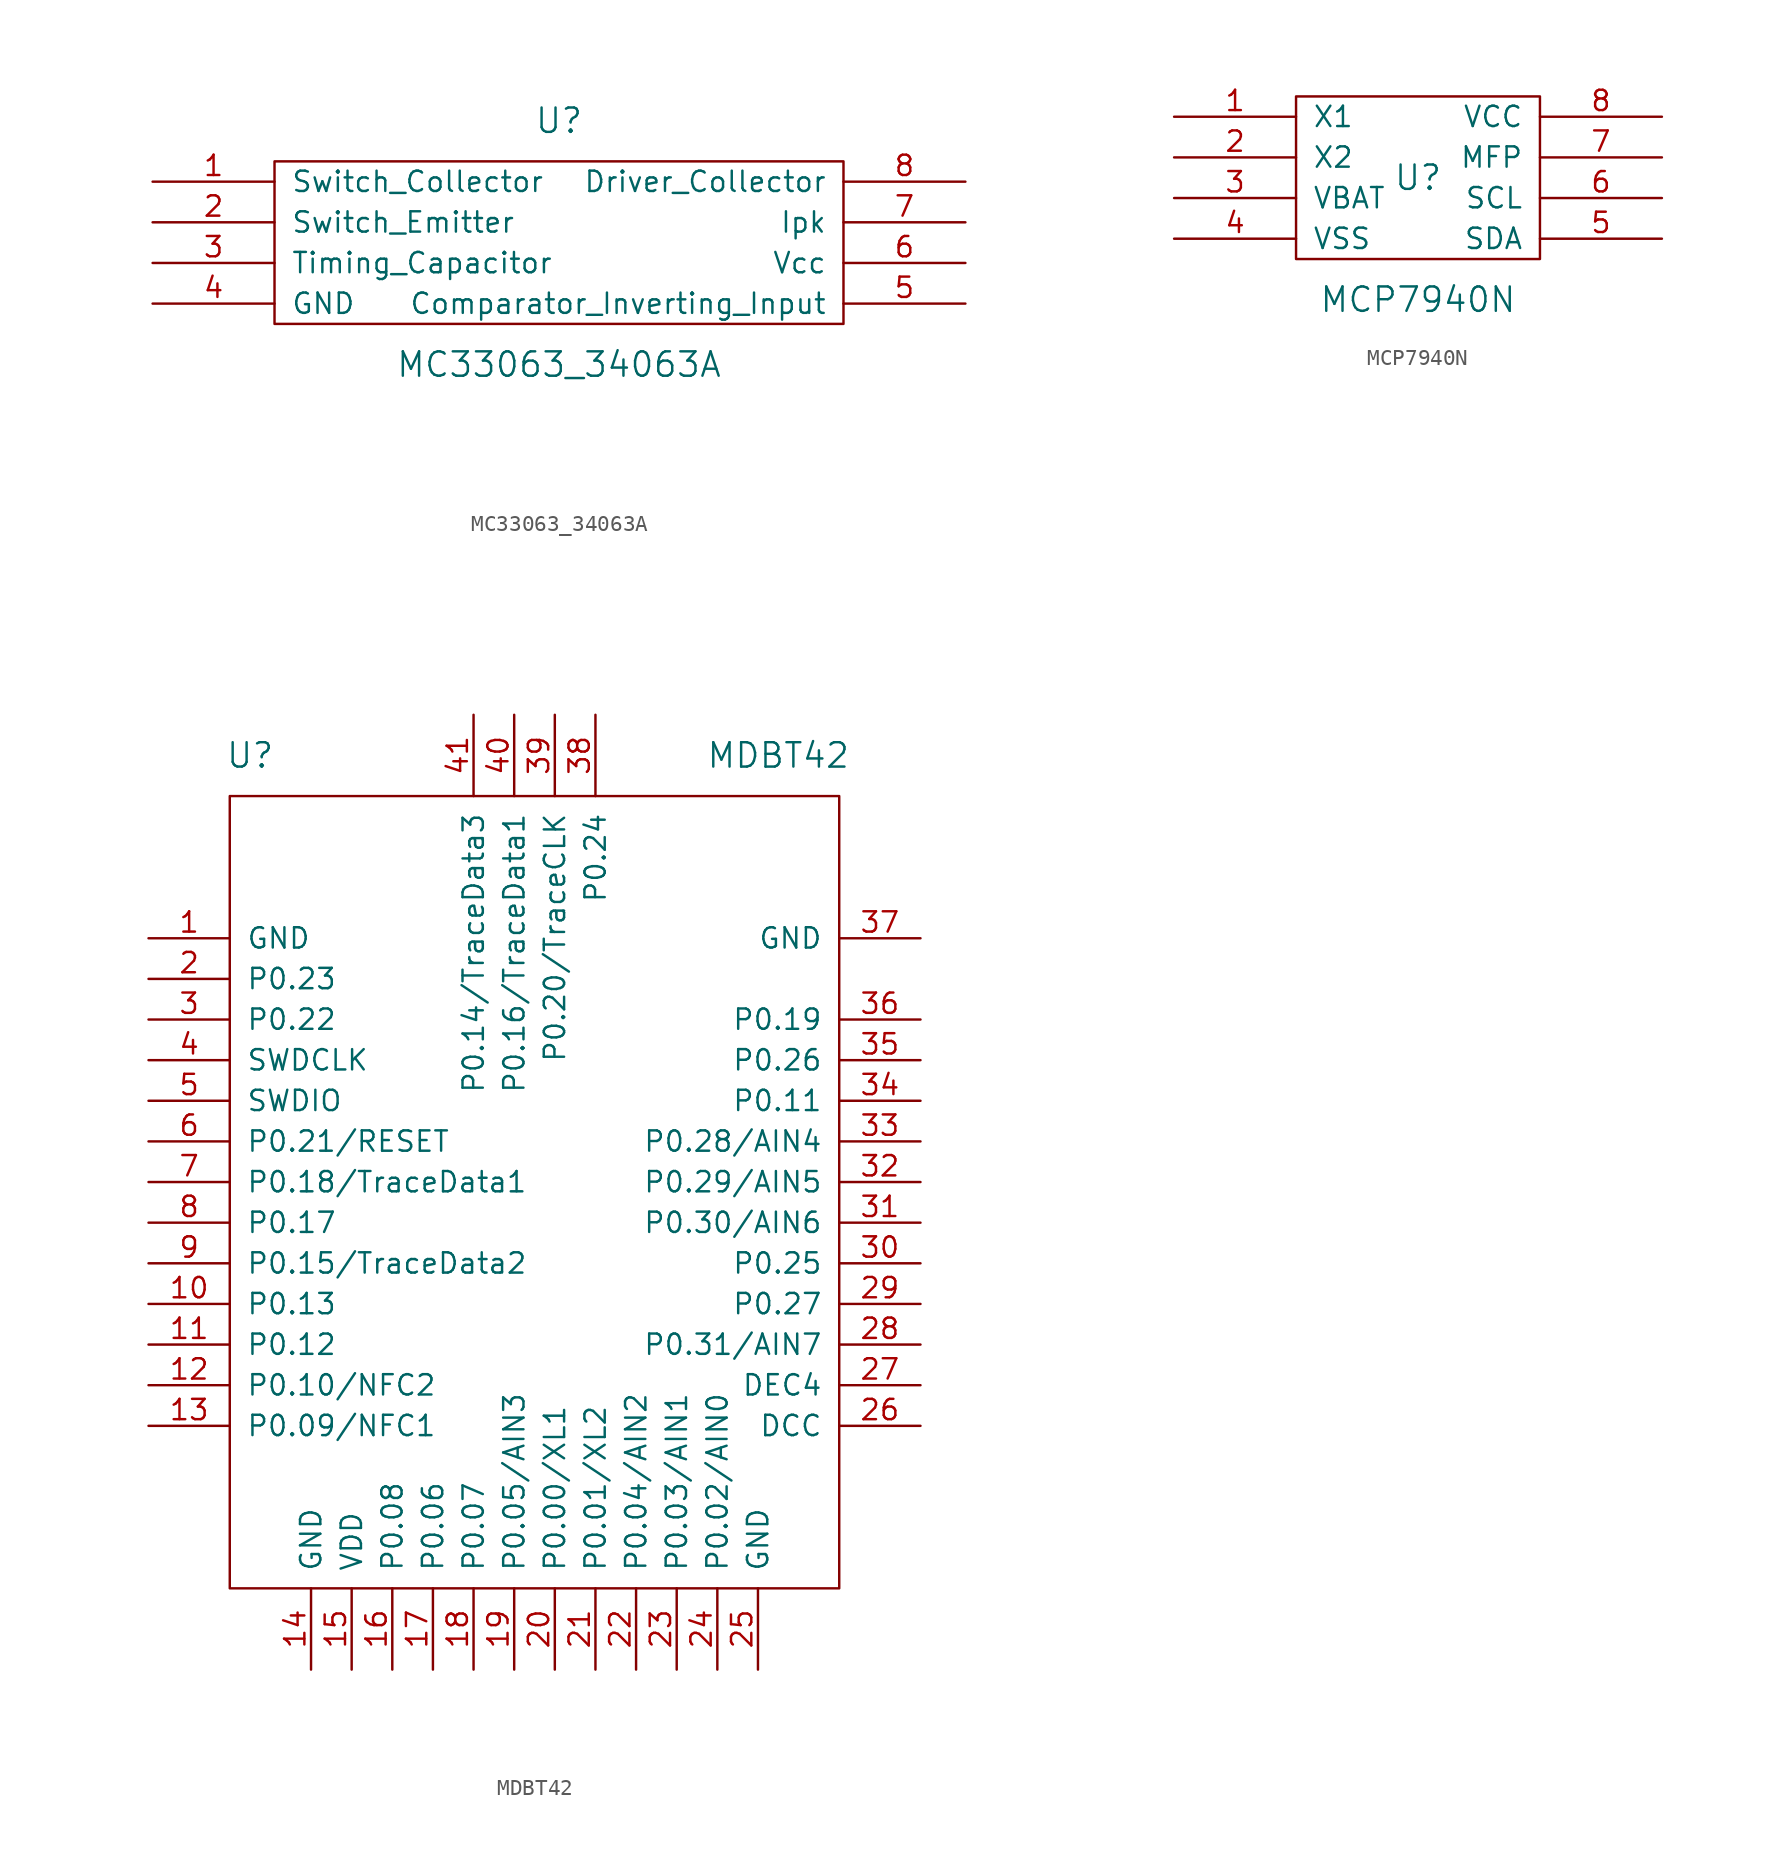
<source format=kicad_sym>
(kicad_symbol_lib
  (version 20220914)
  (generator kicad_symbol_editor)
  (symbol "MC33063_34063A"
    (pin_names
      (offset 1.016))
    (property "Reference" "U"
      (at -7.62 21.59 0)
      (effects (font (size 1.524 1.524))))
    (property "Value" "MC33063_34063A"
      (at -7.62 6.35 0)
      (effects (font (size 1.524 1.524))))
    (property "Footprint" ""
      (at 0 0 0)
      (effects (font (size 1.524 1.524))))
    (property "Datasheet" ""
      (at 0 0 0)
      (effects (font (size 1.524 1.524))))
    (symbol "MC33063_34063A_0_1"
      (rectangle (start -25.4 19.05) (end 10.16 8.89) (stroke (width 0) (type solid)) (fill (type none))))
    (symbol "MC33063_34063A_1_1"
      (pin input line (at -33.02 17.78 0) (length 7.62) (name "Switch_Collector" (effects (font (size 1.27 1.27)))) (number "1" (effects (font (size 1.27 1.27)))))
      (pin input line (at -33.02 15.24 0) (length 7.62) (name "Switch_Emitter" (effects (font (size 1.27 1.27)))) (number "2" (effects (font (size 1.27 1.27)))))
      (pin input line (at -33.02 12.7 0) (length 7.62) (name "Timing_Capacitor" (effects (font (size 1.27 1.27)))) (number "3" (effects (font (size 1.27 1.27)))))
      (pin power_in line (at -33.02 10.16 0) (length 7.62) (name "GND" (effects (font (size 1.27 1.27)))) (number "4" (effects (font (size 1.27 1.27)))))
      (pin power_in line (at 17.78 10.16 180) (length 7.62) (name "Comparator_Inverting_Input" (effects (font (size 1.27 1.27)))) (number "5" (effects (font (size 1.27 1.27)))))
      (pin power_in line (at 17.78 12.7 180) (length 7.62) (name "Vcc" (effects (font (size 1.27 1.27)))) (number "6" (effects (font (size 1.27 1.27)))))
      (pin input line (at 17.78 15.24 180) (length 7.62) (name "Ipk" (effects (font (size 1.27 1.27)))) (number "7" (effects (font (size 1.27 1.27)))))
      (pin input line (at 17.78 17.78 180) (length 7.62) (name "Driver_Collector" (effects (font (size 1.27 1.27)))) (number "8" (effects (font (size 1.27 1.27)))))))
  (symbol "MCP7940N"
    (pin_names
      (offset 1.016))
    (property "Reference" "U"
      (at 0 0 0)
      (effects (font (size 1.524 1.524))))
    (property "Value" "MCP7940N"
      (at 0 -7.62 0)
      (effects (font (size 1.524 1.524))))
    (property "Footprint" ""
      (at 0 0 0)
      (effects (font (size 1.524 1.524))))
    (property "Datasheet" ""
      (at 0 0 0)
      (effects (font (size 1.524 1.524))))
    (symbol "MCP7940N_0_1"
      (rectangle (start -7.62 5.08) (end 7.62 -5.08) (stroke (width 0) (type solid)) (fill (type none))))
    (symbol "MCP7940N_1_1"
      (pin input line (at -15.24 3.81 0) (length 7.62) (name "X1" (effects (font (size 1.27 1.27)))) (number "1" (effects (font (size 1.27 1.27)))))
      (pin input line (at -15.24 1.27 0) (length 7.62) (name "X2" (effects (font (size 1.27 1.27)))) (number "2" (effects (font (size 1.27 1.27)))))
      (pin input line (at -15.24 -1.27 0) (length 7.62) (name "VBAT" (effects (font (size 1.27 1.27)))) (number "3" (effects (font (size 1.27 1.27)))))
      (pin input line (at -15.24 -3.81 0) (length 7.62) (name "VSS" (effects (font (size 1.27 1.27)))) (number "4" (effects (font (size 1.27 1.27)))))
      (pin input line (at 15.24 -3.81 180) (length 7.62) (name "SDA" (effects (font (size 1.27 1.27)))) (number "5" (effects (font (size 1.27 1.27)))))
      (pin input line (at 15.24 -1.27 180) (length 7.62) (name "SCL" (effects (font (size 1.27 1.27)))) (number "6" (effects (font (size 1.27 1.27)))))
      (pin input line (at 15.24 1.27 180) (length 7.62) (name "MFP" (effects (font (size 1.27 1.27)))) (number "7" (effects (font (size 1.27 1.27)))))
      (pin input line (at 15.24 3.81 180) (length 7.62) (name "VCC" (effects (font (size 1.27 1.27)))) (number "8" (effects (font (size 1.27 1.27)))))))
  (symbol "MDBT42"
    (pin_names
      (offset 1.016))
    (property "Reference" "U"
      (at -17.78 29.21 0)
      (effects (font (size 1.524 1.524))))
    (property "Value" "MDBT42"
      (at 15.24 29.21 0)
      (effects (font (size 1.524 1.524))))
    (property "Footprint" ""
      (at -7.62 -7.62 0)
      (effects (font (size 1.524 1.524))))
    (property "Datasheet" ""
      (at -7.62 -7.62 0)
      (effects (font (size 1.524 1.524))))
    (symbol "MDBT42_0_1"
      (rectangle (start -19.05 -22.86) (end 19.05 26.67) (stroke (width 0) (type solid)) (fill (type none))))
    (symbol "MDBT42_1_1"
      (pin input line (at -24.13 17.78 0) (length 5.08) (name "GND" (effects (font (size 1.27 1.27)))) (number "1" (effects (font (size 1.27 1.27)))))
      (pin input line (at -24.13 -5.08 0) (length 5.08) (name "P0.13" (effects (font (size 1.27 1.27)))) (number "10" (effects (font (size 1.27 1.27)))))
      (pin input line (at -24.13 -7.62 0) (length 5.08) (name "P0.12" (effects (font (size 1.27 1.27)))) (number "11" (effects (font (size 1.27 1.27)))))
      (pin input line (at -24.13 -10.16 0) (length 5.08) (name "P0.10/NFC2" (effects (font (size 1.27 1.27)))) (number "12" (effects (font (size 1.27 1.27)))))
      (pin input line (at -24.13 -12.7 0) (length 5.08) (name "P0.09/NFC1" (effects (font (size 1.27 1.27)))) (number "13" (effects (font (size 1.27 1.27)))))
      (pin input line (at -13.97 -27.94 90) (length 5.08) (name "GND" (effects (font (size 1.27 1.27)))) (number "14" (effects (font (size 1.27 1.27)))))
      (pin input line (at -11.43 -27.94 90) (length 5.08) (name "VDD" (effects (font (size 1.27 1.27)))) (number "15" (effects (font (size 1.27 1.27)))))
      (pin input line (at -8.89 -27.94 90) (length 5.08) (name "P0.08" (effects (font (size 1.27 1.27)))) (number "16" (effects (font (size 1.27 1.27)))))
      (pin input line (at -6.35 -27.94 90) (length 5.08) (name "P0.06" (effects (font (size 1.27 1.27)))) (number "17" (effects (font (size 1.27 1.27)))))
      (pin input line (at -3.81 -27.94 90) (length 5.08) (name "P0.07" (effects (font (size 1.27 1.27)))) (number "18" (effects (font (size 1.27 1.27)))))
      (pin input line (at -1.27 -27.94 90) (length 5.08) (name "P0.05/AIN3" (effects (font (size 1.27 1.27)))) (number "19" (effects (font (size 1.27 1.27)))))
      (pin input line (at -24.13 15.24 0) (length 5.08) (name "P0.23" (effects (font (size 1.27 1.27)))) (number "2" (effects (font (size 1.27 1.27)))))
      (pin input line (at 1.27 -27.94 90) (length 5.08) (name "P0.00/XL1" (effects (font (size 1.27 1.27)))) (number "20" (effects (font (size 1.27 1.27)))))
      (pin input line (at 3.81 -27.94 90) (length 5.08) (name "P0.01/XL2" (effects (font (size 1.27 1.27)))) (number "21" (effects (font (size 1.27 1.27)))))
      (pin input line (at 6.35 -27.94 90) (length 5.08) (name "P0.04/AIN2" (effects (font (size 1.27 1.27)))) (number "22" (effects (font (size 1.27 1.27)))))
      (pin input line (at 8.89 -27.94 90) (length 5.08) (name "P0.03/AIN1" (effects (font (size 1.27 1.27)))) (number "23" (effects (font (size 1.27 1.27)))))
      (pin input line (at 11.43 -27.94 90) (length 5.08) (name "P0.02/AIN0" (effects (font (size 1.27 1.27)))) (number "24" (effects (font (size 1.27 1.27)))))
      (pin input line (at 13.97 -27.94 90) (length 5.08) (name "GND" (effects (font (size 1.27 1.27)))) (number "25" (effects (font (size 1.27 1.27)))))
      (pin input line (at 24.13 -12.7 180) (length 5.08) (name "DCC" (effects (font (size 1.27 1.27)))) (number "26" (effects (font (size 1.27 1.27)))))
      (pin input line (at 24.13 -10.16 180) (length 5.08) (name "DEC4" (effects (font (size 1.27 1.27)))) (number "27" (effects (font (size 1.27 1.27)))))
      (pin input line (at 24.13 -7.62 180) (length 5.08) (name "P0.31/AIN7" (effects (font (size 1.27 1.27)))) (number "28" (effects (font (size 1.27 1.27)))))
      (pin input line (at 24.13 -5.08 180) (length 5.08) (name "P0.27" (effects (font (size 1.27 1.27)))) (number "29" (effects (font (size 1.27 1.27)))))
      (pin input line (at -24.13 12.7 0) (length 5.08) (name "P0.22" (effects (font (size 1.27 1.27)))) (number "3" (effects (font (size 1.27 1.27)))))
      (pin input line (at 24.13 -2.54 180) (length 5.08) (name "P0.25" (effects (font (size 1.27 1.27)))) (number "30" (effects (font (size 1.27 1.27)))))
      (pin input line (at 24.13 0 180) (length 5.08) (name "P0.30/AIN6" (effects (font (size 1.27 1.27)))) (number "31" (effects (font (size 1.27 1.27)))))
      (pin input line (at 24.13 2.54 180) (length 5.08) (name "P0.29/AIN5" (effects (font (size 1.27 1.27)))) (number "32" (effects (font (size 1.27 1.27)))))
      (pin input line (at 24.13 5.08 180) (length 5.08) (name "P0.28/AIN4" (effects (font (size 1.27 1.27)))) (number "33" (effects (font (size 1.27 1.27)))))
      (pin input line (at 24.13 7.62 180) (length 5.08) (name "P0.11" (effects (font (size 1.27 1.27)))) (number "34" (effects (font (size 1.27 1.27)))))
      (pin input line (at 24.13 10.16 180) (length 5.08) (name "P0.26" (effects (font (size 1.27 1.27)))) (number "35" (effects (font (size 1.27 1.27)))))
      (pin input line (at 24.13 12.7 180) (length 5.08) (name "P0.19" (effects (font (size 1.27 1.27)))) (number "36" (effects (font (size 1.27 1.27)))))
      (pin input line (at 24.13 17.78 180) (length 5.08) (name "GND" (effects (font (size 1.27 1.27)))) (number "37" (effects (font (size 1.27 1.27)))))
      (pin input line (at 3.81 31.75 270) (length 5.08) (name "P0.24" (effects (font (size 1.27 1.27)))) (number "38" (effects (font (size 1.27 1.27)))))
      (pin input line (at 1.27 31.75 270) (length 5.08) (name "P0.20/TraceCLK" (effects (font (size 1.27 1.27)))) (number "39" (effects (font (size 1.27 1.27)))))
      (pin input line (at -24.13 10.16 0) (length 5.08) (name "SWDCLK" (effects (font (size 1.27 1.27)))) (number "4" (effects (font (size 1.27 1.27)))))
      (pin input line (at -1.27 31.75 270) (length 5.08) (name "P0.16/TraceData1" (effects (font (size 1.27 1.27)))) (number "40" (effects (font (size 1.27 1.27)))))
      (pin input line (at -3.81 31.75 270) (length 5.08) (name "P0.14/TraceData3" (effects (font (size 1.27 1.27)))) (number "41" (effects (font (size 1.27 1.27)))))
      (pin input line (at -24.13 7.62 0) (length 5.08) (name "SWDIO" (effects (font (size 1.27 1.27)))) (number "5" (effects (font (size 1.27 1.27)))))
      (pin input line (at -24.13 5.08 0) (length 5.08) (name "P0.21/RESET" (effects (font (size 1.27 1.27)))) (number "6" (effects (font (size 1.27 1.27)))))
      (pin input line (at -24.13 2.54 0) (length 5.08) (name "P0.18/TraceData1" (effects (font (size 1.27 1.27)))) (number "7" (effects (font (size 1.27 1.27)))))
      (pin input line (at -24.13 0 0) (length 5.08) (name "P0.17" (effects (font (size 1.27 1.27)))) (number "8" (effects (font (size 1.27 1.27)))))
      (pin input line (at -24.13 -2.54 0) (length 5.08) (name "P0.15/TraceData2" (effects (font (size 1.27 1.27)))) (number "9" (effects (font (size 1.27 1.27))))))))
</source>
